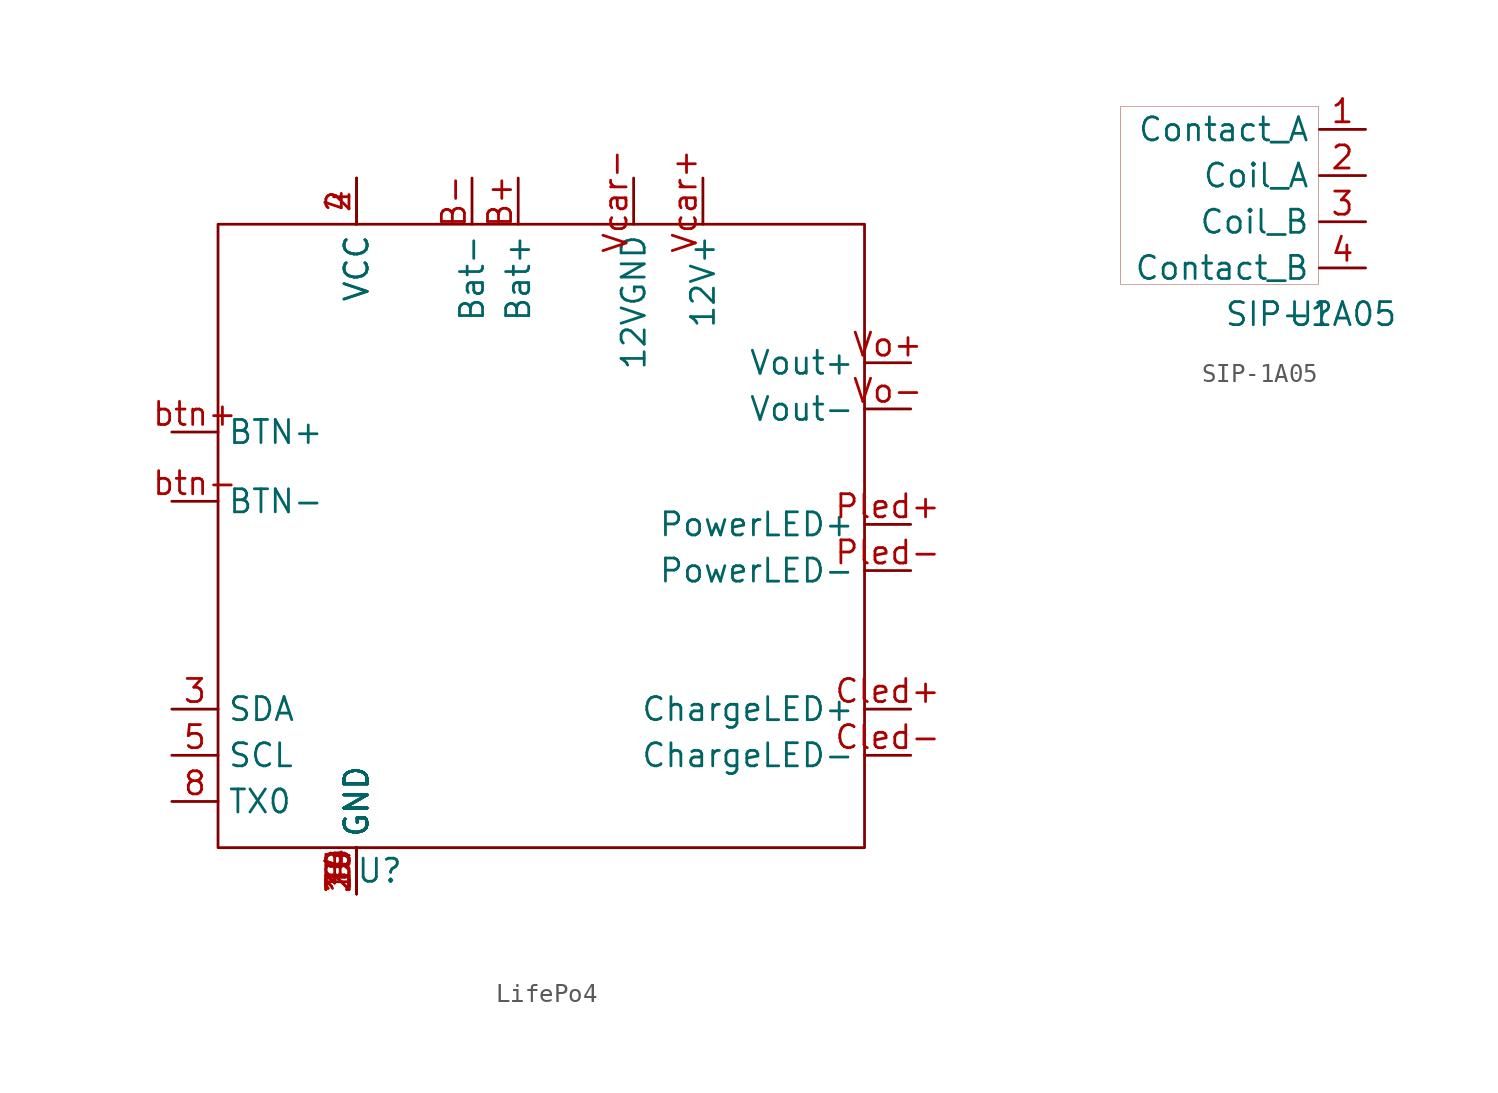
<source format=kicad_sym>
(kicad_symbol_lib
  (version 20220914)
  (generator kicad_symbol_editor)
  (symbol "LifePo4"
    (property "Reference" "U"
      (at 3.81 0 0)
      (effects (font (size 1.27 1.27))))
    (property "Value" ""
      (at 2.54 0 0)
      (effects (font (size 1.27 1.27))))
    (symbol "LifePo4_0_1"
      (rectangle (start -5.08 35.56) (end 30.48 1.27) (stroke (width 0) (type default)) (fill (type none))))
    (symbol "LifePo4_1_1"
      (pin power_in line (at 2.54 -1.27 90) (length 2.54) (name "GND" (effects (font (size 1.27 1.27)))) (number "14" (effects (font (size 1.27 1.27)))))
      (pin power_in line (at 2.54 38.1 270) (length 2.54) (name "VCC" (effects (font (size 1.27 1.27)))) (number "2" (effects (font (size 1.27 1.27)))))
      (pin power_in line (at 2.54 -1.27 90) (length 2.54) (name "GND" (effects (font (size 1.27 1.27)))) (number "20" (effects (font (size 1.27 1.27)))))
      (pin power_in line (at 2.54 -1.27 90) (length 2.54) (name "GND" (effects (font (size 1.27 1.27)))) (number "25" (effects (font (size 1.27 1.27)))))
      (pin input line (at -7.62 8.89 0) (length 2.54) (name "SDA" (effects (font (size 1.27 1.27)))) (number "3" (effects (font (size 1.27 1.27)))))
      (pin power_in line (at 2.54 -1.27 90) (length 2.54) (name "GND" (effects (font (size 1.27 1.27)))) (number "30" (effects (font (size 1.27 1.27)))))
      (pin power_in line (at 2.54 -1.27 90) (length 2.54) (name "GND" (effects (font (size 1.27 1.27)))) (number "34" (effects (font (size 1.27 1.27)))))
      (pin power_in line (at 2.54 -1.27 90) (length 2.54) (name "GND" (effects (font (size 1.27 1.27)))) (number "39" (effects (font (size 1.27 1.27)))))
      (pin power_in line (at 2.54 38.1 270) (length 2.54) (name "VCC" (effects (font (size 1.27 1.27)))) (number "4" (effects (font (size 1.27 1.27)))))
      (pin input line (at -7.62 6.35 0) (length 2.54) (name "SCL" (effects (font (size 1.27 1.27)))) (number "5" (effects (font (size 1.27 1.27)))))
      (pin power_in line (at 2.54 -1.27 90) (length 2.54) (name "GND" (effects (font (size 1.27 1.27)))) (number "6" (effects (font (size 1.27 1.27)))))
      (pin input line (at -7.62 3.81 0) (length 2.54) (name "TX0" (effects (font (size 1.27 1.27)))) (number "8" (effects (font (size 1.27 1.27)))))
      (pin power_in line (at 2.54 -1.27 90) (length 2.54) (name "GND" (effects (font (size 1.27 1.27)))) (number "9" (effects (font (size 1.27 1.27)))))
      (pin power_in line (at 11.43 38.1 270) (length 2.54) (name "Bat+" (effects (font (size 1.27 1.27)))) (number "B+" (effects (font (size 1.27 1.27)))))
      (pin power_in line (at 8.89 38.1 270) (length 2.54) (name "Bat-" (effects (font (size 1.27 1.27)))) (number "B-" (effects (font (size 1.27 1.27)))))
      (pin output line (at 33.02 8.89 180) (length 2.54) (name "ChargeLED+" (effects (font (size 1.27 1.27)))) (number "Cled+" (effects (font (size 1.27 1.27)))))
      (pin output line (at 33.02 6.35 180) (length 2.54) (name "ChargeLED-" (effects (font (size 1.27 1.27)))) (number "Cled-" (effects (font (size 1.27 1.27)))))
      (pin output line (at 33.02 19.05 180) (length 2.54) (name "PowerLED+" (effects (font (size 1.27 1.27)))) (number "Pled+" (effects (font (size 1.27 1.27)))))
      (pin output line (at 33.02 16.51 180) (length 2.54) (name "PowerLED-" (effects (font (size 1.27 1.27)))) (number "Pled-" (effects (font (size 1.27 1.27)))))
      (pin power_in line (at 21.59 38.1 270) (length 2.54) (name "12V+" (effects (font (size 1.27 1.27)))) (number "Vcar+" (effects (font (size 1.27 1.27)))))
      (pin power_in line (at 17.78 38.1 270) (length 2.54) (name "12VGND" (effects (font (size 1.27 1.27)))) (number "Vcar-" (effects (font (size 1.27 1.27)))))
      (pin power_out line (at 33.02 27.94 180) (length 2.54) (name "Vout+" (effects (font (size 1.27 1.27)))) (number "Vo+" (effects (font (size 1.27 1.27)))))
      (pin power_out line (at 33.02 25.4 180) (length 2.54) (name "Vout-" (effects (font (size 1.27 1.27)))) (number "Vo-" (effects (font (size 1.27 1.27)))))
      (pin input line (at -7.62 24.13 0) (length 2.54) (name "BTN+" (effects (font (size 1.27 1.27)))) (number "btn+" (effects (font (size 1.27 1.27)))))
      (pin input line (at -7.62 20.32 0) (length 2.54) (name "BTN-" (effects (font (size 1.27 1.27)))) (number "btn-" (effects (font (size 1.27 1.27)))))))
  (symbol "SIP-1A05"
    (property "Reference" "U"
      (at 0 0 0)
      (effects (font (size 1.27 1.27))))
    (property "Value" "SIP-1A05"
      (at 0 0 0)
      (effects (font (size 1.27 1.27))))
    (symbol "SIP-1A05_0_1"
      (rectangle (start -10.465 11.43) (end 0.406 1.626) (stroke (width 0.001) (type default)) (fill (type none))))
    (symbol "SIP-1A05_1_1"
      (pin bidirectional line (at 3 10.16 180) (length 2.54) (name "Contact_A" (effects (font (size 1.27 1.27)))) (number "1" (effects (font (size 1.27 1.27)))))
      (pin bidirectional line (at 3 7.62 180) (length 2.54) (name "Coil_A" (effects (font (size 1.27 1.27)))) (number "2" (effects (font (size 1.27 1.27)))))
      (pin bidirectional line (at 3 5.08 180) (length 2.54) (name "Coil_B" (effects (font (size 1.27 1.27)))) (number "3" (effects (font (size 1.27 1.27)))))
      (pin bidirectional line (at 3 2.54 180) (length 2.54) (name "Contact_B" (effects (font (size 1.27 1.27)))) (number "4" (effects (font (size 1.27 1.27))))))))
</source>
